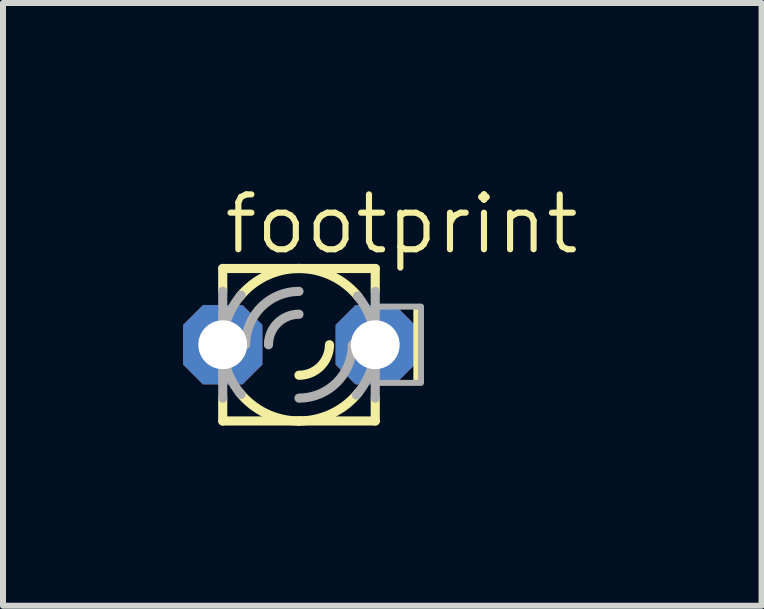
<source format=kicad_pcb>
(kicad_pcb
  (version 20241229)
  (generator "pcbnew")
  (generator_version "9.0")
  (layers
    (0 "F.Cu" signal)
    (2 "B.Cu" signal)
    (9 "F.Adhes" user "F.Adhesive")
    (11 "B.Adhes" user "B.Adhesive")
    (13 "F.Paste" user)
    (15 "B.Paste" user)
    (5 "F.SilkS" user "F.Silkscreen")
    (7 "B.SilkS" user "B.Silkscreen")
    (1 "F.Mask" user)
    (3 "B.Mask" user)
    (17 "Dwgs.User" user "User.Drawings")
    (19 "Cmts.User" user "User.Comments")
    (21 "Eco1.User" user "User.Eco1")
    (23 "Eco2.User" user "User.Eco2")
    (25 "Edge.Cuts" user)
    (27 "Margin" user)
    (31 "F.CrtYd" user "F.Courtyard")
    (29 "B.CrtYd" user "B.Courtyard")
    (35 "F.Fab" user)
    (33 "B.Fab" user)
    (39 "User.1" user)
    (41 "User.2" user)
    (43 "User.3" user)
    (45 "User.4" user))
  (footprint "footprint"
    (layer "F.Cu")
    (at 1.93 2.692)
    (property "Reference" "footprint" (at -1.295 -1.473 0) (layer "F.SilkS") (effects (font (size 0.914 0.914) (thickness 0.102)) (justify left bottom)))
    (fp_line (start -1.27 -1.27) (end -1.27 -0.889) (stroke (width 0.152) (type solid)) (layer "F.SilkS"))
    (fp_line (start -1.27 1.27) (end -1.27 0.889) (stroke (width 0.152) (type solid)) (layer "F.SilkS"))
    (fp_line (start -1.27 1.27) (end 0 1.27) (stroke (width 0.152) (type solid)) (layer "F.SilkS"))
    (fp_line (start 0 -1.27) (end -1.27 -1.27) (stroke (width 0.152) (type solid)) (layer "F.SilkS"))
    (fp_line (start 0 1.27) (end 1.27 1.27) (stroke (width 0.152) (type solid)) (layer "F.SilkS"))
    (fp_line (start 1.27 -1.27) (end 0 -1.27) (stroke (width 0.152) (type solid)) (layer "F.SilkS"))
    (fp_line (start 1.27 -1.27) (end 1.27 -0.889) (stroke (width 0.152) (type solid)) (layer "F.SilkS"))
    (fp_line (start 1.27 1.27) (end 1.27 0.889) (stroke (width 0.152) (type solid)) (layer "F.SilkS"))
    (fp_arc (start -0.9917 -0.7934) (mid -0.550143 -1.144671) (end 0 -1.27) (stroke (width 0.1524) (type solid)) (layer "F.SilkS"))
    (fp_arc (start 0 -1.27) (mid 0.550143 -1.144671) (end 0.9917 -0.7934) (stroke (width 0.1524) (type solid)) (layer "F.SilkS"))
    (fp_arc (start 0 1.27) (mid -0.550143 1.144671) (end -0.9917 0.7934) (stroke (width 0.1524) (type solid)) (layer "F.SilkS"))
    (fp_arc (start 0.508 0) (mid 0.35921 0.35921) (end 0 0.508) (stroke (width 0.1524) (type solid)) (layer "F.SilkS"))
    (fp_arc (start 0.9917 0.7934) (mid 0.550143 1.144671) (end 0 1.27) (stroke (width 0.1524) (type solid)) (layer "F.SilkS"))
    (fp_poly (pts (xy 1.905 0.635) (xy 2.032 0.635) (xy 2.032 -0.635) (xy 1.905 -0.635)) (stroke (width 0) (type solid)) (fill yes) (layer "F.SilkS"))
    (fp_line (start -1.27 0) (end -1.27 -0.889) (stroke (width 0.152) (type solid)) (layer "F.Fab"))
    (fp_line (start -1.27 0.889) (end -1.27 0) (stroke (width 0.152) (type solid)) (layer "F.Fab"))
    (fp_line (start 1.27 -0.889) (end 1.27 0) (stroke (width 0.152) (type solid)) (layer "F.Fab"))
    (fp_line (start 1.27 0) (end 1.27 0.889) (stroke (width 0.152) (type solid)) (layer "F.Fab"))
    (fp_arc (start -1.27 0) (mid -1.191134 -0.440615) (end -0.9643 -0.8265) (stroke (width 0.1524) (type solid)) (layer "F.Fab"))
    (fp_arc (start -0.9643 0.8265) (mid -1.191134 0.440615) (end -1.27 0) (stroke (width 0.1524) (type solid)) (layer "F.Fab"))
    (fp_arc (start -0.889 0) (mid -0.628618 -0.628618) (end 0 -0.889) (stroke (width 0.1524) (type solid)) (layer "F.Fab"))
    (fp_arc (start -0.508 0) (mid -0.35921 -0.35921) (end 0 -0.508) (stroke (width 0.1524) (type solid)) (layer "F.Fab"))
    (fp_arc (start 0.889 0) (mid 0.628618 0.628618) (end 0 0.889) (stroke (width 0.1524) (type solid)) (layer "F.Fab"))
    (fp_arc (start 0.9756 -0.813) (mid 1.194073 -0.432318) (end 1.269901 0) (stroke (width 0.1524) (type solid)) (layer "F.Fab"))
    (fp_arc (start 1.27 0) (mid 1.188863 0.446689) (end 0.9558 0.8363) (stroke (width 0.1524) (type solid)) (layer "F.Fab"))
    (fp_poly (pts (xy 1.27 0.635) (xy 2.032 0.635) (xy 2.032 -0.635) (xy 1.27 -0.635)) (stroke (width 0.1) (type solid)) (fill no) (layer "F.Fab"))
    (pad "A" thru_hole roundrect (at -1.27 0) (size 1.321 1.321) (drill 0.813) (layers "*.Cu" "*.Mask") (roundrect_rratio 0.25) (chamfer_ratio 0.25) (chamfer top_left top_right bottom_left bottom_right))
    (pad "K" thru_hole roundrect (at 1.27 0) (size 1.321 1.321) (drill 0.813) (layers "*.Cu" "*.Mask") (roundrect_rratio 0.25) (chamfer_ratio 0.25) (chamfer top_left top_right bottom_left bottom_right)))
  (gr_rect
    (start -3 -3)
    (end 9.635 7.039)
    (stroke (width 0.1) (type default))
    (fill no)
    (layer "Edge.Cuts")))
</source>
